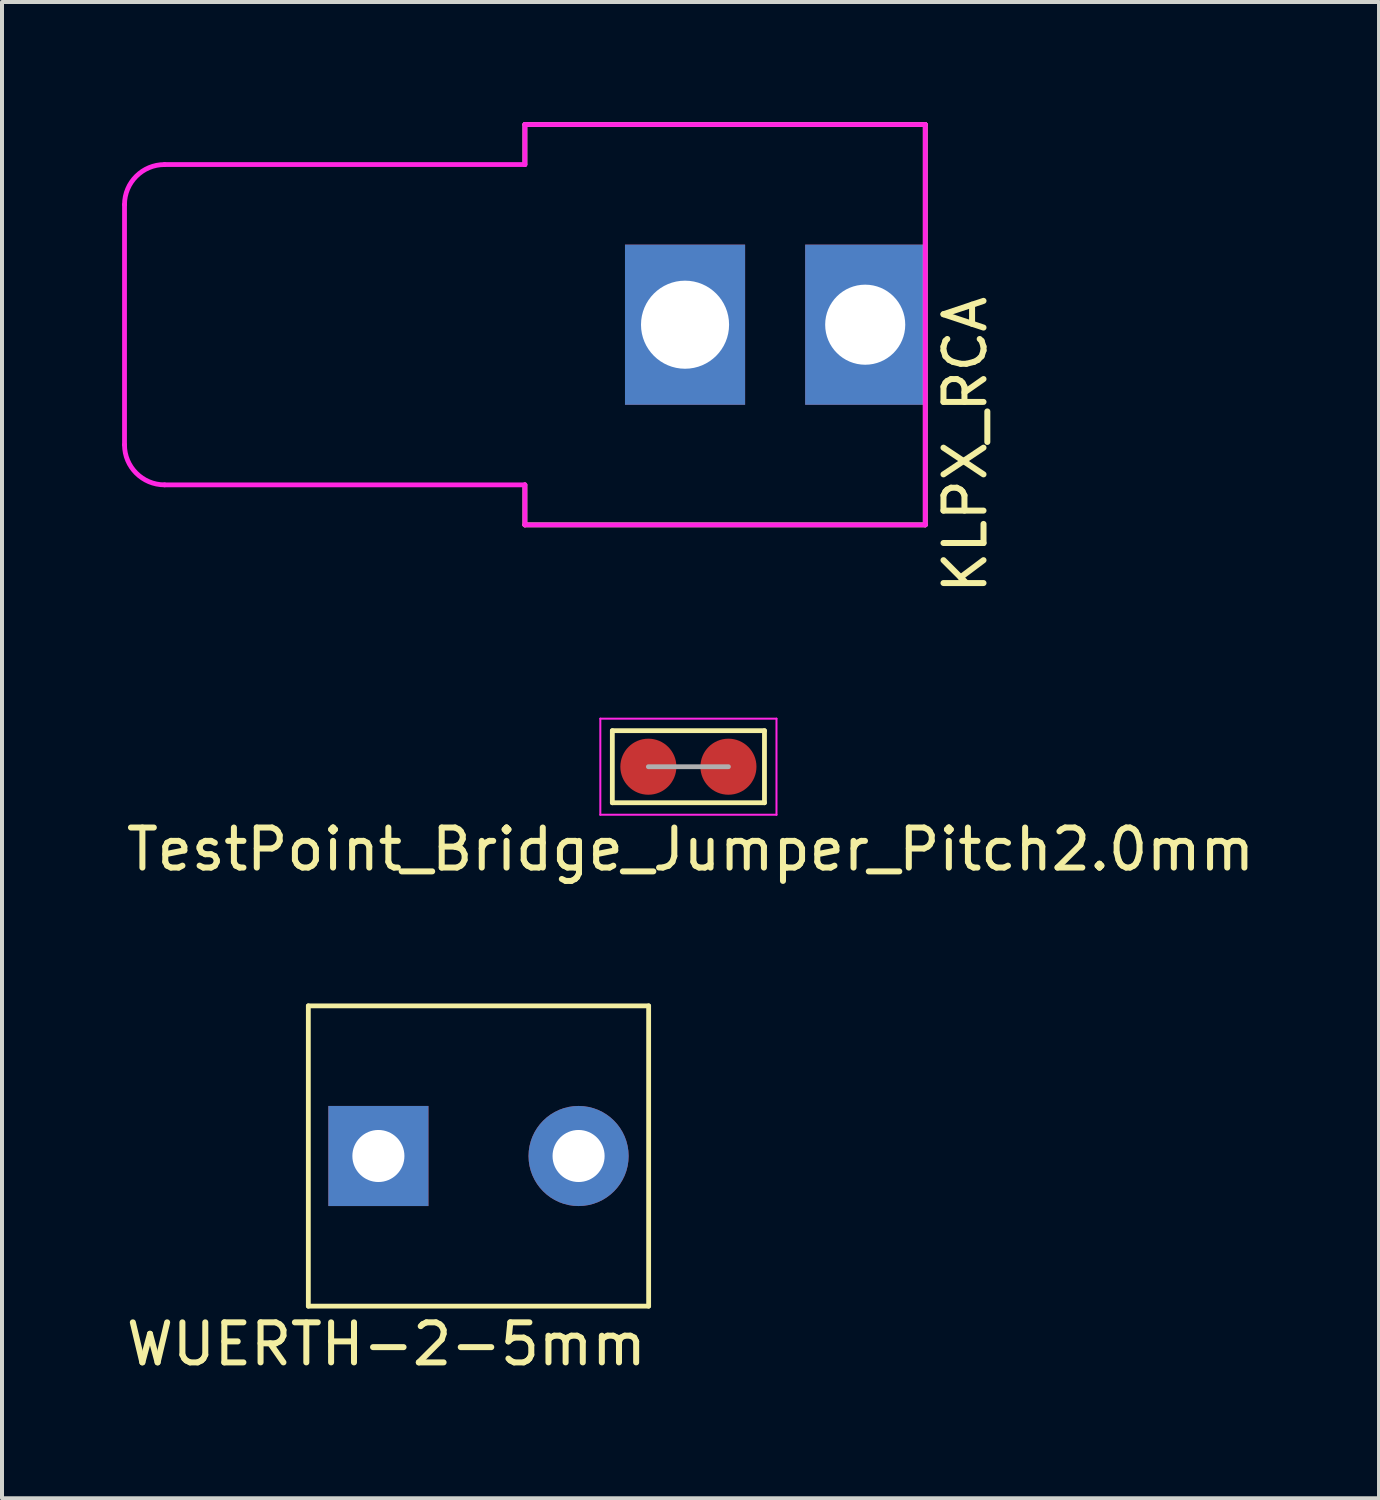
<source format=kicad_pcb>
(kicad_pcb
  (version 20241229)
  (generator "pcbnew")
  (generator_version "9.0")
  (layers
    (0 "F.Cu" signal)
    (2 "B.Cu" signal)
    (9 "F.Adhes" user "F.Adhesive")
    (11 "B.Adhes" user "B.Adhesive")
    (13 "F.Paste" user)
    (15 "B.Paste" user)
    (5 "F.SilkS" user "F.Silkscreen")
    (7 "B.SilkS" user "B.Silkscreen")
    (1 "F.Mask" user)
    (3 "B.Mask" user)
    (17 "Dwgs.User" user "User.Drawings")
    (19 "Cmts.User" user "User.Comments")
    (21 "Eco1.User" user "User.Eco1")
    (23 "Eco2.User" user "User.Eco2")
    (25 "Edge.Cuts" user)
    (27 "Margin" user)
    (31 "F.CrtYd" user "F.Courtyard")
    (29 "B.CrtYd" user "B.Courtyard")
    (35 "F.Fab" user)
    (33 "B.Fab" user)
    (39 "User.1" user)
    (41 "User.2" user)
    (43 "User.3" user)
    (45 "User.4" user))
  (footprint "TestPoint_Bridge_Jumper_Pitch2.0mm"
    (layer "F.Cu")
    (at 13.144 16.1)
    (property "Reference" "TestPoint_Bridge_Jumper_Pitch2.0mm" (at 1.053 2.064 0) (layer "F.SilkS") (effects (font (size 1 1) (thickness 0.15))))
    (attr through_hole)
    (fp_line (start -0.9 -0.9) (end -0.9 0.9) (stroke (width 0.12) (type solid)) (layer "F.SilkS"))
    (fp_line (start -0.9 0.9) (end 2.9 0.9) (stroke (width 0.12) (type solid)) (layer "F.SilkS"))
    (fp_line (start 2.9 -0.9) (end -0.9 -0.9) (stroke (width 0.12) (type solid)) (layer "F.SilkS"))
    (fp_line (start 2.9 0.9) (end 2.9 -0.9) (stroke (width 0.12) (type solid)) (layer "F.SilkS"))
    (fp_line (start -1.2 1.2) (end -1.2 -1.2) (stroke (width 0.05) (type solid)) (layer "F.CrtYd"))
    (fp_line (start -1.2 1.2) (end 3.2 1.2) (stroke (width 0.05) (type solid)) (layer "F.CrtYd"))
    (fp_line (start 3.2 -1.2) (end -1.2 -1.2) (stroke (width 0.05) (type solid)) (layer "F.CrtYd"))
    (fp_line (start 3.2 -1.2) (end 3.2 1.2) (stroke (width 0.05) (type solid)) (layer "F.CrtYd"))
    (fp_line (start 2 0) (end 0 0) (stroke (width 0.12) (type solid)) (layer "F.Fab"))
    (pad "1" smd circle (at 0 0) (size 1.4 1.4) (layers "F.Cu" "F.Mask" "F.Paste"))
    (pad "2" smd circle (at 2 0) (size 1.4 1.4) (layers "F.Cu" "F.Mask" "F.Paste")))
  (footprint "WUERTH-2-5mm"
    (layer "F.Cu")
    (at 8.901 25.823)
    (property "Reference" "WUERTH-2-5mm" (at -2.3 4.7 0) (layer "F.SilkS") (effects (font (size 1 1) (thickness 0.15))))
    (attr through_hole)
    (fp_line (start -4.25 -3.75) (end 4.25 -3.75) (stroke (width 0.12) (type solid)) (layer "F.SilkS"))
    (fp_line (start -4.25 3.75) (end -4.25 -3.75) (stroke (width 0.12) (type solid)) (layer "F.SilkS"))
    (fp_line (start 4.25 -3.75) (end 4.25 3.75) (stroke (width 0.12) (type solid)) (layer "F.SilkS"))
    (fp_line (start 4.25 3.75) (end -4.25 3.75) (stroke (width 0.12) (type solid)) (layer "F.SilkS"))
    (pad "1" thru_hole rect (at -2.5 0) (size 2.5 2.5) (drill 1.3) (layers "*.Cu" "*.Mask"))
    (pad "2" thru_hole circle (at 2.5 0) (size 2.5 2.5) (drill 1.3) (layers "*.Cu" "*.Mask")))
  (footprint "KLPX_RCA"
    (layer "F.Cu")
    (at 10.06 5.06)
    (property "Reference" "KLPX_RCA" (at 11 3 90) (layer "F.SilkS") (effects (font (size 1 1) (thickness 0.15))))
    (attr through_hole)
    (fp_line (start 0 -5) (end 10 -5) (stroke (width 0.12) (type solid)) (layer "F.SilkS"))
    (fp_line (start 0 -4) (end 0 -5) (stroke (width 0.12) (type solid)) (layer "F.SilkS"))
    (fp_line (start 0 5) (end 0 4) (stroke (width 0.12) (type solid)) (layer "F.SilkS"))
    (fp_line (start 10 -5) (end 10 5) (stroke (width 0.12) (type solid)) (layer "F.SilkS"))
    (fp_line (start 10 5) (end 0 5) (stroke (width 0.12) (type solid)) (layer "F.SilkS"))
    (fp_line (start -10 -3) (end -10 3) (stroke (width 0.12) (type solid)) (layer "F.CrtYd"))
    (fp_line (start 0 -5) (end 0 -4) (stroke (width 0.12) (type solid)) (layer "F.CrtYd"))
    (fp_line (start 0 -4) (end -9 -4) (stroke (width 0.12) (type solid)) (layer "F.CrtYd"))
    (fp_line (start 0 4) (end -9 4) (stroke (width 0.12) (type solid)) (layer "F.CrtYd"))
    (fp_line (start 0 5) (end 0 4) (stroke (width 0.12) (type solid)) (layer "F.CrtYd"))
    (fp_line (start 10 -5) (end 0 -5) (stroke (width 0.12) (type solid)) (layer "F.CrtYd"))
    (fp_line (start 10 -5) (end 10 5) (stroke (width 0.12) (type solid)) (layer "F.CrtYd"))
    (fp_line (start 10 5) (end 0 5) (stroke (width 0.12) (type solid)) (layer "F.CrtYd"))
    (fp_arc (start -10 -3) (mid -9.707107 -3.707107) (end -9 -4) (stroke (width 0.12) (type solid)) (layer "F.CrtYd"))
    (fp_arc (start -9 4) (mid -9.707107 3.707107) (end -10 3) (stroke (width 0.12) (type solid)) (layer "F.CrtYd"))
    (pad "1" thru_hole rect (at 8.5 0 180) (size 3 4) (drill 2) (layers "*.Cu" "*.Mask"))
    (pad "2" thru_hole rect (at 4 0 180) (size 3 4) (drill 2.2) (layers "*.Cu" "*.Mask")))
  (gr_rect
    (start -3 -3)
    (end 31.393 34.371)
    (stroke (width 0.1) (type default))
    (fill no)
    (layer "Edge.Cuts")))
</source>
